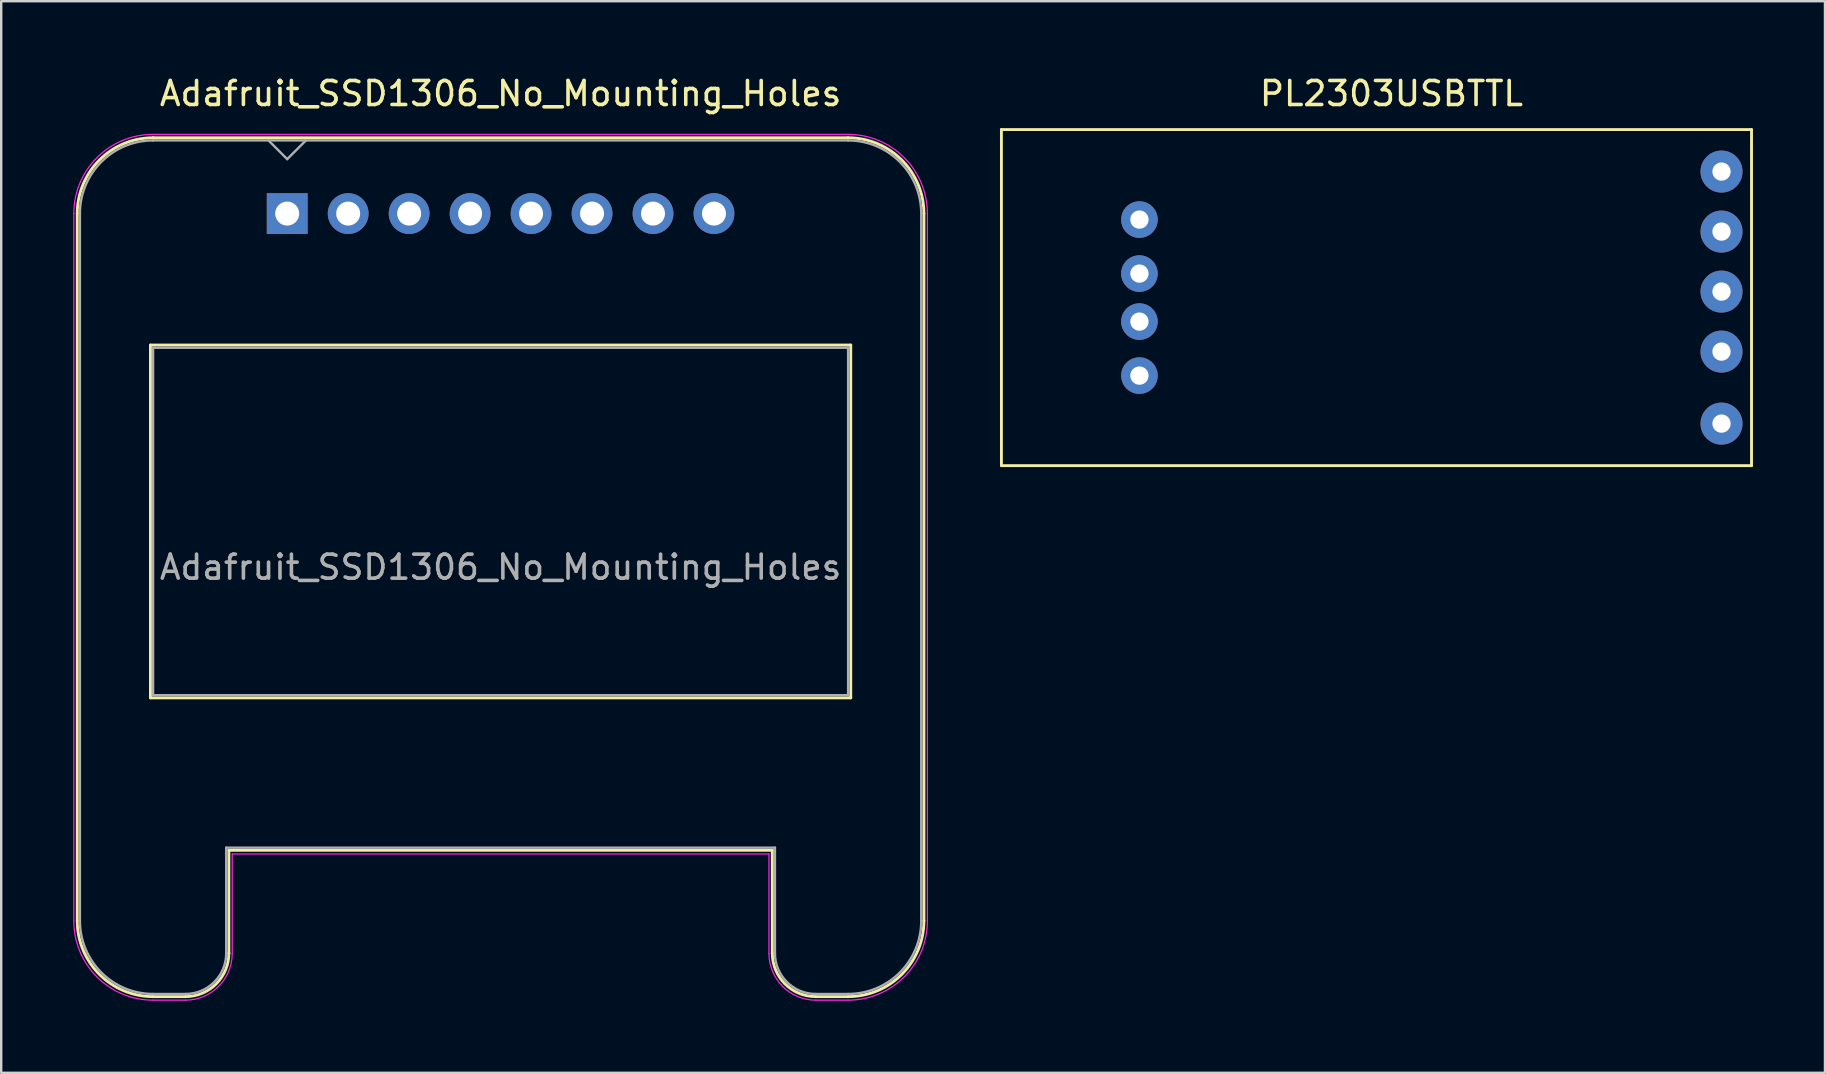
<source format=kicad_pcb>
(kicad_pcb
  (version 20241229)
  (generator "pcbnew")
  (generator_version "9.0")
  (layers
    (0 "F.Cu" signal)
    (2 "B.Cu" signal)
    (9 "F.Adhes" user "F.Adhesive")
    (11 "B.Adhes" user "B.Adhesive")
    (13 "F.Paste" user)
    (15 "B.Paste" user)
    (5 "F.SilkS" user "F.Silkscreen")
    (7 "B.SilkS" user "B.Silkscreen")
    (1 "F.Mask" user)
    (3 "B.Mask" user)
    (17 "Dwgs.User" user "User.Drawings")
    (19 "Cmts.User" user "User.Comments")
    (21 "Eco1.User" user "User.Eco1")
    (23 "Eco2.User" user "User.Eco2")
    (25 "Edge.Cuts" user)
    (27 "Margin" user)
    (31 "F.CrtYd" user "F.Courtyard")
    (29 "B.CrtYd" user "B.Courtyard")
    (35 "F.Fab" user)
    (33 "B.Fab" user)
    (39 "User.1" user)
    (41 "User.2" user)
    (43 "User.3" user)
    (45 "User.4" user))
  (footprint "PL2303USBTTL"
    (layer "F.Cu")
    (at 54.92 0.348)
    (property "Reference" "PL2303USBTTL" (at 0 0.5 0) (layer "F.SilkS") (effects (font (size 1 1) (thickness 0.15))))
    (attr through_hole)
    (fp_line (start -16.25 2) (end 15 2) (stroke (width 0.12) (type solid)) (layer "F.SilkS"))
    (fp_line (start -16.25 16) (end -16.25 2) (stroke (width 0.12) (type solid)) (layer "F.SilkS"))
    (fp_line (start 15 2) (end 15 16) (stroke (width 0.12) (type solid)) (layer "F.SilkS"))
    (fp_line (start 15 16) (end -16.25 16) (stroke (width 0.12) (type solid)) (layer "F.SilkS"))
    (pad "1" thru_hole circle (at -10.5 5.75) (size 1.524 1.524) (drill 0.762) (layers "*.Cu" "*.Mask"))
    (pad "2" thru_hole circle (at -10.5 8) (size 1.524 1.524) (drill 0.762) (layers "*.Cu" "*.Mask"))
    (pad "3" thru_hole circle (at -10.5 10) (size 1.524 1.524) (drill 0.762) (layers "*.Cu" "*.Mask"))
    (pad "4" thru_hole circle (at -10.5 12.25) (size 1.524 1.524) (drill 0.762) (layers "*.Cu" "*.Mask"))
    (pad "5" thru_hole circle (at 13.75 14.25) (size 1.75 1.75) (drill 0.762) (layers "*.Cu" "*.Mask"))
    (pad "6" thru_hole circle (at 13.75 11.25) (size 1.75 1.75) (drill 0.762) (layers "*.Cu" "*.Mask"))
    (pad "7" thru_hole circle (at 13.75 8.75) (size 1.75 1.75) (drill 0.762) (layers "*.Cu" "*.Mask"))
    (pad "8" thru_hole circle (at 13.75 6.25) (size 1.75 1.75) (drill 0.762) (layers "*.Cu" "*.Mask"))
    (pad "9" thru_hole circle (at 13.75 3.75) (size 1.75 1.75) (drill 0.762) (layers "*.Cu" "*.Mask")))
  (footprint "Adafruit_SSD1306_No_Mounting_Holes"
    (layer "F.Cu")
    (at 8.915 5.848)
    (property "Reference" "Adafruit_SSD1306_No_Mounting_Holes" (at 8.89 -5 0) (layer "F.SilkS") (effects (font (size 1 1) (thickness 0.15))))
    (attr through_hole)
    (fp_line (start -8.746 0) (end -8.746 29.464) (stroke (width 0.12) (type solid)) (layer "F.SilkS"))
    (fp_line (start -5.698 5.478) (end -5.698 20.176) (stroke (width 0.12) (type solid)) (layer "F.SilkS"))
    (fp_line (start -5.698 5.478) (end 23.478 5.478) (stroke (width 0.12) (type solid)) (layer "F.SilkS"))
    (fp_line (start -5.698 20.176) (end 23.478 20.176) (stroke (width 0.12) (type solid)) (layer "F.SilkS"))
    (fp_line (start -4.238 32.622) (end -5.59 32.622) (stroke (width 0.12) (type solid)) (layer "F.SilkS"))
    (fp_line (start -2.43 26.526) (end -2.43 30.814) (stroke (width 0.12) (type solid)) (layer "F.SilkS"))
    (fp_line (start -2.43 26.526) (end 20.21 26.526) (stroke (width 0.12) (type solid)) (layer "F.SilkS"))
    (fp_line (start 20.21 26.526) (end 20.21 30.814) (stroke (width 0.12) (type solid)) (layer "F.SilkS"))
    (fp_line (start 22.018 32.622) (end 23.37 32.622) (stroke (width 0.12) (type solid)) (layer "F.SilkS"))
    (fp_line (start 23.368 -3.158) (end -5.588 -3.158) (stroke (width 0.12) (type solid)) (layer "F.SilkS"))
    (fp_line (start 23.478 5.478) (end 23.478 20.176) (stroke (width 0.12) (type solid)) (layer "F.SilkS"))
    (fp_line (start 26.526 0) (end 26.526 29.464) (stroke (width 0.12) (type solid)) (layer "F.SilkS"))
    (fp_arc (start -8.746 0) (mid -7.821043 -2.233043) (end -5.588 -3.158) (stroke (width 0.12) (type solid)) (layer "F.SilkS"))
    (fp_arc (start -5.588 32.622) (mid -7.821043 31.697043) (end -8.746 29.464) (stroke (width 0.12) (type solid)) (layer "F.SilkS"))
    (fp_arc (start -2.43 30.812) (mid -2.958137 32.091035) (end -4.236 32.622) (stroke (width 0.12) (type solid)) (layer "F.SilkS"))
    (fp_arc (start 22.016 32.622) (mid 20.738137 32.091035) (end 20.21 30.812) (stroke (width 0.12) (type solid)) (layer "F.SilkS"))
    (fp_arc (start 23.368 -3.158) (mid 25.601043 -2.233043) (end 26.526 0) (stroke (width 0.12) (type solid)) (layer "F.SilkS"))
    (fp_arc (start 26.526 29.464) (mid 25.601043 31.697043) (end 23.368 32.622) (stroke (width 0.12) (type solid)) (layer "F.SilkS"))
    (fp_line (start -8.89 0) (end -8.89 29.47) (stroke (width 0.05) (type solid)) (layer "F.CrtYd"))
    (fp_line (start -4.24 32.77) (end -5.59 32.77) (stroke (width 0.05) (type solid)) (layer "F.CrtYd"))
    (fp_line (start -2.29 26.68) (end -2.29 30.82) (stroke (width 0.05) (type solid)) (layer "F.CrtYd"))
    (fp_line (start -2.29 26.68) (end 20.07 26.68) (stroke (width 0.05) (type solid)) (layer "F.CrtYd"))
    (fp_line (start 20.07 26.68) (end 20.07 30.82) (stroke (width 0.05) (type solid)) (layer "F.CrtYd"))
    (fp_line (start 22.02 32.77) (end 23.37 32.77) (stroke (width 0.05) (type solid)) (layer "F.CrtYd"))
    (fp_line (start 23.37 -3.3) (end -5.59 -3.3) (stroke (width 0.05) (type solid)) (layer "F.CrtYd"))
    (fp_line (start 26.67 0) (end 26.67 29.47) (stroke (width 0.05) (type solid)) (layer "F.CrtYd"))
    (fp_arc (start -8.89 0) (mid -7.923452 -2.333452) (end -5.59 -3.3) (stroke (width 0.05) (type solid)) (layer "F.CrtYd"))
    (fp_arc (start -5.59 32.77) (mid -7.923452 31.803452) (end -8.89 29.47) (stroke (width 0.05) (type solid)) (layer "F.CrtYd"))
    (fp_arc (start -2.29 30.82) (mid -2.861142 32.198858) (end -4.24 32.77) (stroke (width 0.05) (type solid)) (layer "F.CrtYd"))
    (fp_arc (start 22.02 32.77) (mid 20.641142 32.198858) (end 20.07 30.82) (stroke (width 0.05) (type solid)) (layer "F.CrtYd"))
    (fp_arc (start 23.37 -3.3) (mid 25.703452 -2.333452) (end 26.67 0) (stroke (width 0.05) (type solid)) (layer "F.CrtYd"))
    (fp_arc (start 26.67 29.47) (mid 25.703452 31.803452) (end 23.37 32.77) (stroke (width 0.05) (type solid)) (layer "F.CrtYd"))
    (fp_line (start -8.636 0) (end -8.636 29.464) (stroke (width 0.1) (type solid)) (layer "F.Fab"))
    (fp_line (start -5.588 5.588) (end -5.588 20.066) (stroke (width 0.1) (type solid)) (layer "F.Fab"))
    (fp_line (start -5.588 5.588) (end 23.368 5.588) (stroke (width 0.1) (type solid)) (layer "F.Fab"))
    (fp_line (start -5.588 20.066) (end 23.368 20.066) (stroke (width 0.1) (type solid)) (layer "F.Fab"))
    (fp_line (start -4.238 32.512) (end -5.59 32.512) (stroke (width 0.1) (type solid)) (layer "F.Fab"))
    (fp_line (start -2.54 26.416) (end -2.54 30.814) (stroke (width 0.1) (type solid)) (layer "F.Fab"))
    (fp_line (start -2.54 26.416) (end 20.32 26.416) (stroke (width 0.1) (type solid)) (layer "F.Fab"))
    (fp_line (start -0.78 -3.048) (end 0 -2.268) (stroke (width 0.1) (type solid)) (layer "F.Fab"))
    (fp_line (start 0 -2.268) (end 0.78 -3.048) (stroke (width 0.1) (type solid)) (layer "F.Fab"))
    (fp_line (start 20.32 26.416) (end 20.32 30.814) (stroke (width 0.1) (type solid)) (layer "F.Fab"))
    (fp_line (start 22.018 32.512) (end 23.37 32.512) (stroke (width 0.1) (type solid)) (layer "F.Fab"))
    (fp_line (start 23.368 -3.048) (end -5.588 -3.048) (stroke (width 0.1) (type solid)) (layer "F.Fab"))
    (fp_line (start 23.368 5.588) (end 23.368 20.066) (stroke (width 0.1) (type solid)) (layer "F.Fab"))
    (fp_line (start 26.416 0) (end 26.416 29.464) (stroke (width 0.1) (type solid)) (layer "F.Fab"))
    (fp_arc (start -8.636 0.002) (mid -7.744676 -2.153847) (end -5.59 -3.048) (stroke (width 0.1) (type solid)) (layer "F.Fab"))
    (fp_arc (start -5.59 32.512) (mid -7.744676 31.617847) (end -8.636 29.462) (stroke (width 0.1) (type solid)) (layer "F.Fab"))
    (fp_arc (start -2.54 30.812) (mid -3.035918 32.013253) (end -4.236 32.512) (stroke (width 0.1) (type solid)) (layer "F.Fab"))
    (fp_arc (start 22.016 32.512) (mid 20.815918 32.013253) (end 20.32 30.812) (stroke (width 0.1) (type solid)) (layer "F.Fab"))
    (fp_arc (start 23.368 -3.048) (mid 25.523261 -2.155261) (end 26.416 0) (stroke (width 0.1) (type solid)) (layer "F.Fab"))
    (fp_arc (start 26.416 29.464) (mid 25.523261 31.619261) (end 23.368 32.512) (stroke (width 0.1) (type solid)) (layer "F.Fab"))
    (fp_text user "${REFERENCE}" (at 8.89 14.732 0) (layer "F.Fab") (effects (font (size 1 1) (thickness 0.15))))
    (pad "1" thru_hole rect (at 0 0) (size 1.7 1.7) (drill 1) (layers "*.Cu" "*.Mask"))
    (pad "2" thru_hole circle (at 2.54 0) (size 1.7 1.7) (drill 1) (layers "*.Cu" "*.Mask"))
    (pad "3" thru_hole circle (at 5.08 0) (size 1.7 1.7) (drill 1) (layers "*.Cu" "*.Mask"))
    (pad "4" thru_hole circle (at 7.62 0) (size 1.7 1.7) (drill 1) (layers "*.Cu" "*.Mask"))
    (pad "5" thru_hole circle (at 10.16 0) (size 1.7 1.7) (drill 1) (layers "*.Cu" "*.Mask"))
    (pad "6" thru_hole circle (at 12.7 0) (size 1.7 1.7) (drill 1) (layers "*.Cu" "*.Mask"))
    (pad "7" thru_hole circle (at 15.24 0) (size 1.7 1.7) (drill 1) (layers "*.Cu" "*.Mask"))
    (pad "8" thru_hole circle (at 17.78 0) (size 1.7 1.7) (drill 1) (layers "*.Cu" "*.Mask")))
  (gr_rect
    (start -3 -3)
    (end 72.98 41.643)
    (stroke (width 0.1) (type default))
    (fill no)
    (layer "Edge.Cuts")))
</source>
